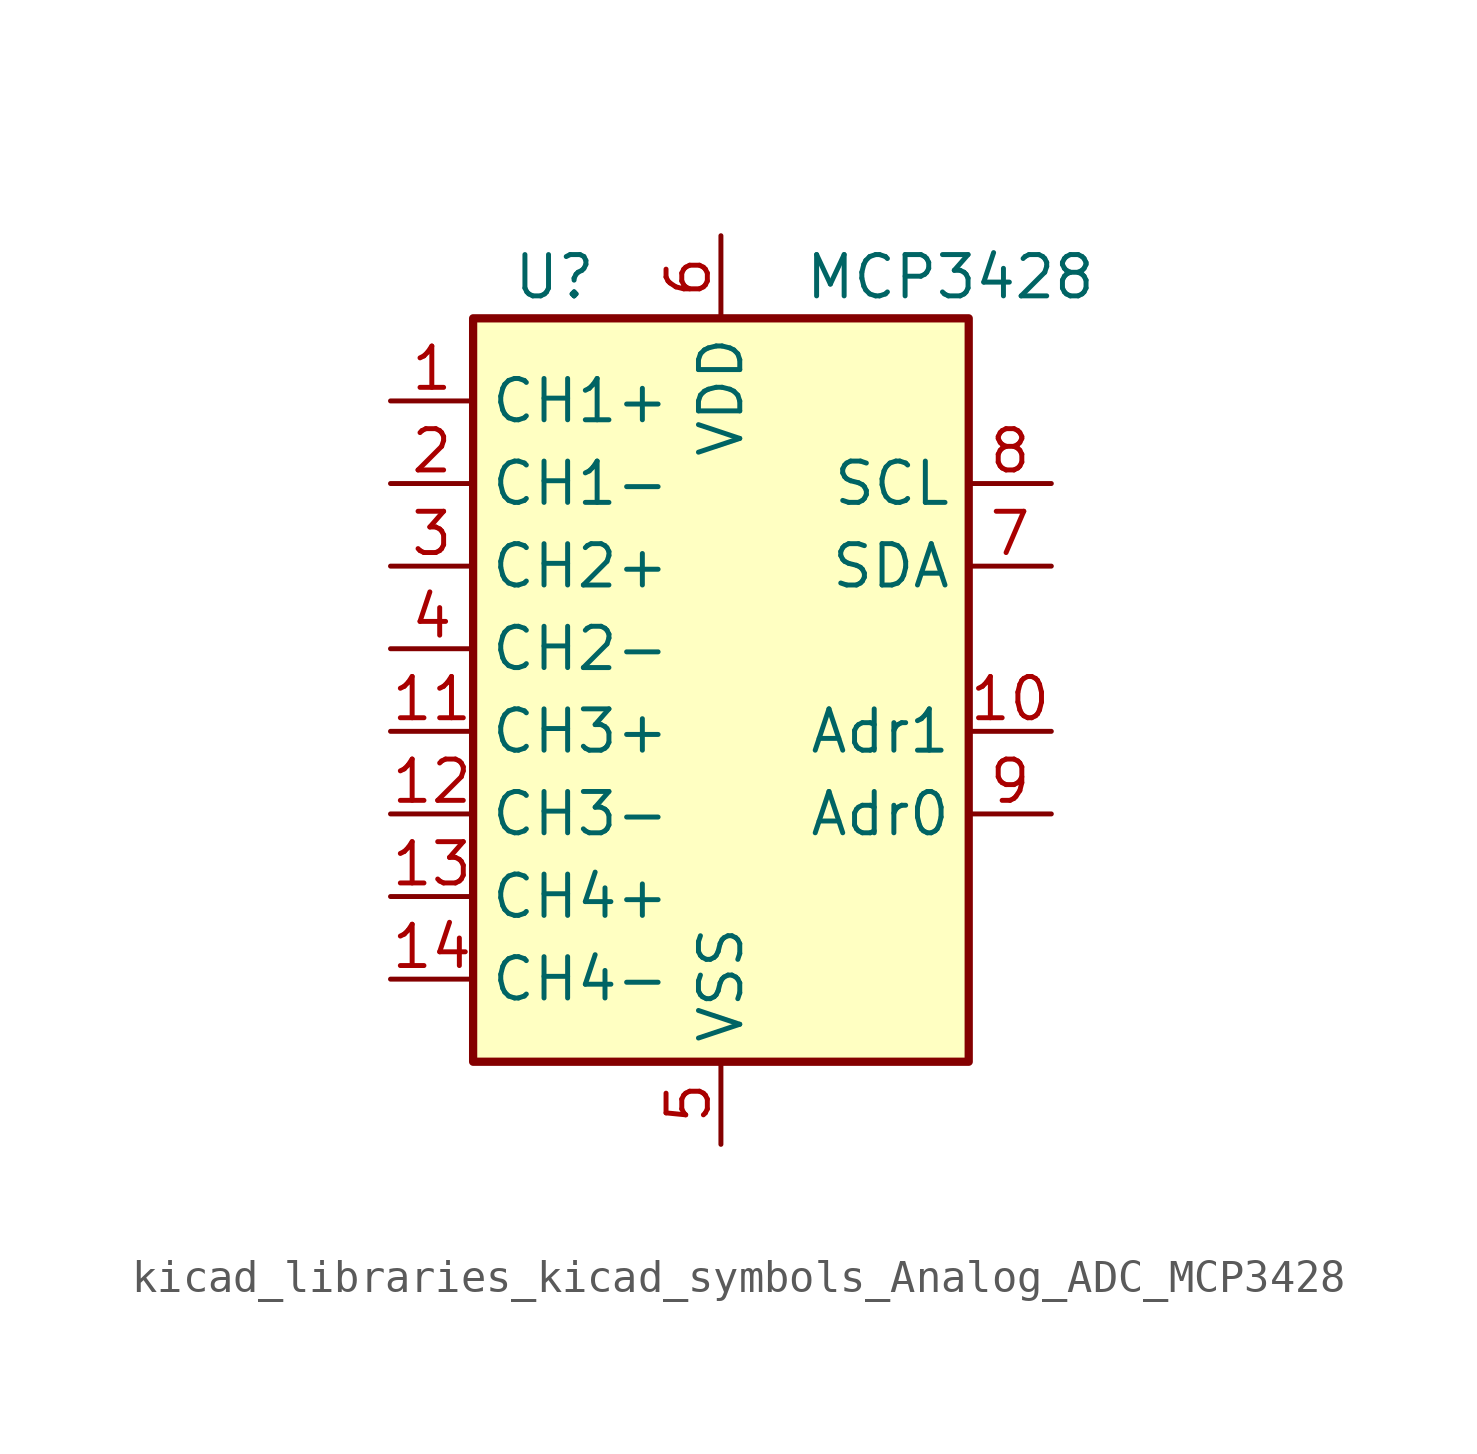
<source format=kicad_sym>
(kicad_symbol_lib
  (version 20220914)
  (generator kicad_symbol_editor)
  (symbol "kicad_libraries_kicad_symbols_Analog_ADC_MCP3428"
    (property "Reference" "U"
      (at -3.81 11.43 0)
      (effects (font (size 1.27 1.27)) (justify right)))
    (property "Value" "MCP3428"
      (at 2.54 11.43 0)
      (effects (font (size 1.27 1.27)) (justify left)))
    (symbol "kicad_libraries_kicad_symbols_Analog_ADC_MCP3428_0_1"
      (rectangle (start -7.62 10.16) (end 7.62 -12.7) (stroke (width 0.254) (type default)) (fill (type background))))
    (symbol "kicad_libraries_kicad_symbols_Analog_ADC_MCP3428_1_1"
      (pin input line (at -10.16 7.62 0) (length 2.54) (name "CH1+" (effects (font (size 1.27 1.27)))) (number "1" (effects (font (size 1.27 1.27)))))
      (pin input line (at 10.16 -2.54 180) (length 2.54) (name "Adr1" (effects (font (size 1.27 1.27)))) (number "10" (effects (font (size 1.27 1.27)))))
      (pin input line (at -10.16 -2.54 0) (length 2.54) (name "CH3+" (effects (font (size 1.27 1.27)))) (number "11" (effects (font (size 1.27 1.27)))))
      (pin input line (at -10.16 -5.08 0) (length 2.54) (name "CH3-" (effects (font (size 1.27 1.27)))) (number "12" (effects (font (size 1.27 1.27)))))
      (pin input line (at -10.16 -7.62 0) (length 2.54) (name "CH4+" (effects (font (size 1.27 1.27)))) (number "13" (effects (font (size 1.27 1.27)))))
      (pin input line (at -10.16 -10.16 0) (length 2.54) (name "CH4-" (effects (font (size 1.27 1.27)))) (number "14" (effects (font (size 1.27 1.27)))))
      (pin input line (at -10.16 5.08 0) (length 2.54) (name "CH1-" (effects (font (size 1.27 1.27)))) (number "2" (effects (font (size 1.27 1.27)))))
      (pin input line (at -10.16 2.54 0) (length 2.54) (name "CH2+" (effects (font (size 1.27 1.27)))) (number "3" (effects (font (size 1.27 1.27)))))
      (pin input line (at -10.16 0 0) (length 2.54) (name "CH2-" (effects (font (size 1.27 1.27)))) (number "4" (effects (font (size 1.27 1.27)))))
      (pin power_in line (at 0 -15.24 90) (length 2.54) (name "VSS" (effects (font (size 1.27 1.27)))) (number "5" (effects (font (size 1.27 1.27)))))
      (pin power_in line (at 0 12.7 270) (length 2.54) (name "VDD" (effects (font (size 1.27 1.27)))) (number "6" (effects (font (size 1.27 1.27)))))
      (pin bidirectional line (at 10.16 2.54 180) (length 2.54) (name "SDA" (effects (font (size 1.27 1.27)))) (number "7" (effects (font (size 1.27 1.27)))))
      (pin input line (at 10.16 5.08 180) (length 2.54) (name "SCL" (effects (font (size 1.27 1.27)))) (number "8" (effects (font (size 1.27 1.27)))))
      (pin input line (at 10.16 -5.08 180) (length 2.54) (name "Adr0" (effects (font (size 1.27 1.27)))) (number "9" (effects (font (size 1.27 1.27))))))))
</source>
